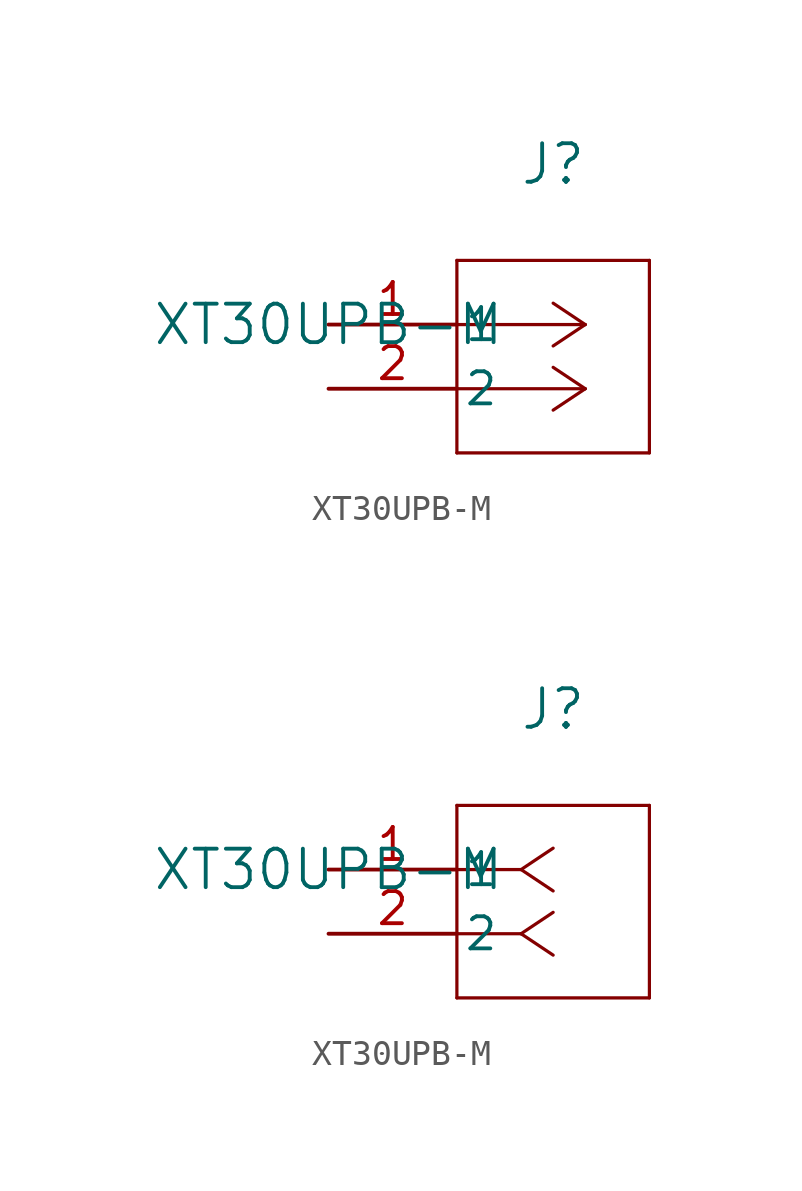
<source format=kicad_sym>
(kicad_symbol_lib
  (version 20211014)
  (generator kicad_symbol_editor)
  (symbol "XT30UPB-M"
    (pin_names
      (offset 0.254))
    (property "Reference" "J"
      (at 8.89 6.35 0)
      (effects (font (size 1.524 1.524))))
    (property "Value" "XT30UPB-M"
      (at 0 0 0)
      (effects (font (size 1.524 1.524))))
    (symbol "XT30UPB-M_1_1"
      (polyline (pts (xy 10.16 0) (xy 5.08 0)) (stroke (width 0.127) (type default) (color 0 0 0 0)) (fill (type none)))
      (polyline (pts (xy 10.16 -2.54) (xy 5.08 -2.54)) (stroke (width 0.127) (type default) (color 0 0 0 0)) (fill (type none)))
      (polyline (pts (xy 10.16 0) (xy 8.89 0.847)) (stroke (width 0.127) (type default) (color 0 0 0 0)) (fill (type none)))
      (polyline (pts (xy 10.16 -2.54) (xy 8.89 -1.693)) (stroke (width 0.127) (type default) (color 0 0 0 0)) (fill (type none)))
      (polyline (pts (xy 10.16 0) (xy 8.89 -0.847)) (stroke (width 0.127) (type default) (color 0 0 0 0)) (fill (type none)))
      (polyline (pts (xy 10.16 -2.54) (xy 8.89 -3.387)) (stroke (width 0.127) (type default) (color 0 0 0 0)) (fill (type none)))
      (polyline (pts (xy 5.08 2.54) (xy 5.08 -5.08)) (stroke (width 0.127) (type default) (color 0 0 0 0)) (fill (type none)))
      (polyline (pts (xy 5.08 -5.08) (xy 12.7 -5.08)) (stroke (width 0.127) (type default) (color 0 0 0 0)) (fill (type none)))
      (polyline (pts (xy 12.7 -5.08) (xy 12.7 2.54)) (stroke (width 0.127) (type default) (color 0 0 0 0)) (fill (type none)))
      (polyline (pts (xy 12.7 2.54) (xy 5.08 2.54)) (stroke (width 0.127) (type default) (color 0 0 0 0)) (fill (type none)))
      (pin unspecified line (at 0 0 0) (length 5.08) (name "1" (effects (font (size 1.27 1.27)))) (number "1" (effects (font (size 1.27 1.27)))))
      (pin unspecified line (at 0 -2.54 0) (length 5.08) (name "2" (effects (font (size 1.27 1.27)))) (number "2" (effects (font (size 1.27 1.27))))))
    (symbol "XT30UPB-M_1_2"
      (polyline (pts (xy 7.62 0) (xy 5.08 0)) (stroke (width 0.127) (type default) (color 0 0 0 0)) (fill (type none)))
      (polyline (pts (xy 7.62 -2.54) (xy 5.08 -2.54)) (stroke (width 0.127) (type default) (color 0 0 0 0)) (fill (type none)))
      (polyline (pts (xy 7.62 0) (xy 8.89 0.847)) (stroke (width 0.127) (type default) (color 0 0 0 0)) (fill (type none)))
      (polyline (pts (xy 7.62 -2.54) (xy 8.89 -1.693)) (stroke (width 0.127) (type default) (color 0 0 0 0)) (fill (type none)))
      (polyline (pts (xy 7.62 0) (xy 8.89 -0.847)) (stroke (width 0.127) (type default) (color 0 0 0 0)) (fill (type none)))
      (polyline (pts (xy 7.62 -2.54) (xy 8.89 -3.387)) (stroke (width 0.127) (type default) (color 0 0 0 0)) (fill (type none)))
      (polyline (pts (xy 5.08 2.54) (xy 5.08 -5.08)) (stroke (width 0.127) (type default) (color 0 0 0 0)) (fill (type none)))
      (polyline (pts (xy 5.08 -5.08) (xy 12.7 -5.08)) (stroke (width 0.127) (type default) (color 0 0 0 0)) (fill (type none)))
      (polyline (pts (xy 12.7 -5.08) (xy 12.7 2.54)) (stroke (width 0.127) (type default) (color 0 0 0 0)) (fill (type none)))
      (polyline (pts (xy 12.7 2.54) (xy 5.08 2.54)) (stroke (width 0.127) (type default) (color 0 0 0 0)) (fill (type none)))
      (pin unspecified line (at 0 0 0) (length 5.08) (name "1" (effects (font (size 1.27 1.27)))) (number "1" (effects (font (size 1.27 1.27)))))
      (pin unspecified line (at 0 -2.54 0) (length 5.08) (name "2" (effects (font (size 1.27 1.27)))) (number "2" (effects (font (size 1.27 1.27))))))))
</source>
